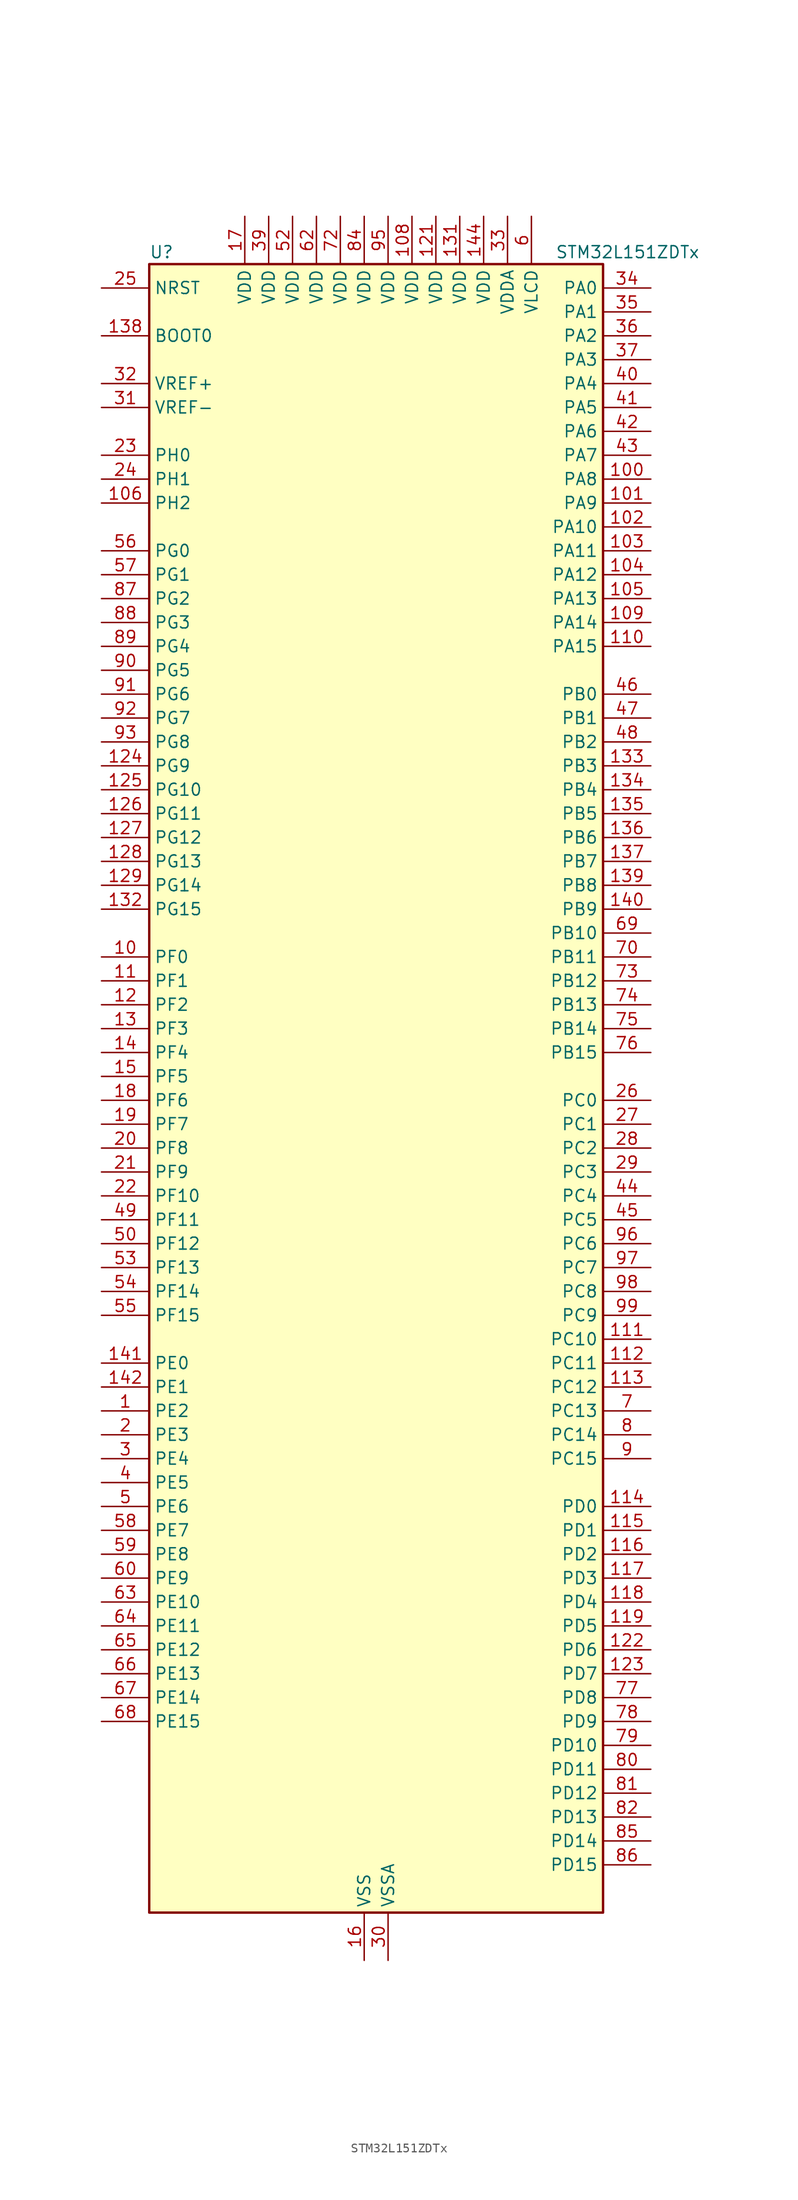
<source format=kicad_sym>
(kicad_symbol_lib
  (version 20220914)
  (generator kicad_symbol_editor)
  (symbol "STM32L151ZDTx"
    (property "Reference" "U"
      (at -22.86 90.17 0)
      (effects (font (size 1.27 1.27)) (justify left)))
    (property "Value" "STM32L151ZDTx"
      (at 20.32 90.17 0)
      (effects (font (size 1.27 1.27)) (justify left)))
    (property "ki_locked" ""
      (at 0 0 0)
      (effects (font (size 1.27 1.27))))
    (symbol "STM32L151ZDTx_0_1"
      (rectangle (start -22.86 -86.36) (end 25.4 88.9) (stroke (width 0.254) (type default)) (fill (type background))))
    (symbol "STM32L151ZDTx_1_1"
      (pin bidirectional line (at -27.94 -33.02 0) (length 5.08) (name "PE2" (effects (font (size 1.27 1.27)))) (number "1" (effects (font (size 1.27 1.27)))) (alternate "FSMC_A23" bidirectional line) (alternate "SYS_TRACECK" bidirectional line) (alternate "TIM3_ETR" bidirectional line) (alternate "TIMX_IC3" bidirectional line))
      (pin bidirectional line (at -27.94 15.24 0) (length 5.08) (name "PF0" (effects (font (size 1.27 1.27)))) (number "10" (effects (font (size 1.27 1.27)))) (alternate "FSMC_A0" bidirectional line))
      (pin bidirectional line (at 30.48 66.04 180) (length 5.08) (name "PA8" (effects (font (size 1.27 1.27)))) (number "100" (effects (font (size 1.27 1.27)))) (alternate "RCC_MCO" bidirectional line) (alternate "TIMX_IC1" bidirectional line) (alternate "TS_G4_IO1" bidirectional line) (alternate "USART1_CK" bidirectional line))
      (pin bidirectional line (at 30.48 63.5 180) (length 5.08) (name "PA9" (effects (font (size 1.27 1.27)))) (number "101" (effects (font (size 1.27 1.27)))) (alternate "DAC_EXTI9" bidirectional line) (alternate "TIMX_IC2" bidirectional line) (alternate "TS_G4_IO2" bidirectional line) (alternate "USART1_TX" bidirectional line))
      (pin bidirectional line (at 30.48 60.96 180) (length 5.08) (name "PA10" (effects (font (size 1.27 1.27)))) (number "102" (effects (font (size 1.27 1.27)))) (alternate "TIMX_IC3" bidirectional line) (alternate "TS_G4_IO3" bidirectional line) (alternate "USART1_RX" bidirectional line))
      (pin bidirectional line (at 30.48 58.42 180) (length 5.08) (name "PA11" (effects (font (size 1.27 1.27)))) (number "103" (effects (font (size 1.27 1.27)))) (alternate "ADC_EXTI11" bidirectional line) (alternate "SPI1_MISO" bidirectional line) (alternate "TIMX_IC4" bidirectional line) (alternate "USART1_CTS" bidirectional line) (alternate "USB_DM" bidirectional line))
      (pin bidirectional line (at 30.48 55.88 180) (length 5.08) (name "PA12" (effects (font (size 1.27 1.27)))) (number "104" (effects (font (size 1.27 1.27)))) (alternate "SPI1_MOSI" bidirectional line) (alternate "TIMX_IC1" bidirectional line) (alternate "USART1_RTS" bidirectional line) (alternate "USB_DP" bidirectional line))
      (pin bidirectional line (at 30.48 53.34 180) (length 5.08) (name "PA13" (effects (font (size 1.27 1.27)))) (number "105" (effects (font (size 1.27 1.27)))) (alternate "SYS_JTMS-SWDIO" bidirectional line) (alternate "TIMX_IC2" bidirectional line) (alternate "TS_G5_IO1" bidirectional line))
      (pin bidirectional line (at -27.94 63.5 0) (length 5.08) (name "PH2" (effects (font (size 1.27 1.27)))) (number "106" (effects (font (size 1.27 1.27)))) (alternate "FSMC_A22" bidirectional line))
      (pin passive line (at 0 -91.44 90) (length 5.08) hide (name "VSS" (effects (font (size 1.27 1.27)))) (number "107" (effects (font (size 1.27 1.27)))))
      (pin power_in line (at 5.08 93.98 270) (length 5.08) (name "VDD" (effects (font (size 1.27 1.27)))) (number "108" (effects (font (size 1.27 1.27)))))
      (pin bidirectional line (at 30.48 50.8 180) (length 5.08) (name "PA14" (effects (font (size 1.27 1.27)))) (number "109" (effects (font (size 1.27 1.27)))) (alternate "SYS_JTCK-SWCLK" bidirectional line) (alternate "TIMX_IC3" bidirectional line) (alternate "TS_G5_IO2" bidirectional line))
      (pin bidirectional line (at -27.94 12.7 0) (length 5.08) (name "PF1" (effects (font (size 1.27 1.27)))) (number "11" (effects (font (size 1.27 1.27)))) (alternate "FSMC_A1" bidirectional line))
      (pin bidirectional line (at 30.48 48.26 180) (length 5.08) (name "PA15" (effects (font (size 1.27 1.27)))) (number "110" (effects (font (size 1.27 1.27)))) (alternate "ADC_EXTI15" bidirectional line) (alternate "I2S3_WS" bidirectional line) (alternate "SPI1_NSS" bidirectional line) (alternate "SPI3_NSS" bidirectional line) (alternate "SYS_JTDI" bidirectional line) (alternate "TIM2_CH1" bidirectional line) (alternate "TIM2_ETR" bidirectional line) (alternate "TIMX_IC4" bidirectional line) (alternate "TS_G5_IO3" bidirectional line))
      (pin bidirectional line (at 30.48 -25.4 180) (length 5.08) (name "PC10" (effects (font (size 1.27 1.27)))) (number "111" (effects (font (size 1.27 1.27)))) (alternate "I2S3_CK" bidirectional line) (alternate "SDIO_D2" bidirectional line) (alternate "SPI3_SCK" bidirectional line) (alternate "TIMX_IC3" bidirectional line) (alternate "UART4_TX" bidirectional line) (alternate "USART3_TX" bidirectional line))
      (pin bidirectional line (at 30.48 -27.94 180) (length 5.08) (name "PC11" (effects (font (size 1.27 1.27)))) (number "112" (effects (font (size 1.27 1.27)))) (alternate "ADC_EXTI11" bidirectional line) (alternate "SDIO_D3" bidirectional line) (alternate "SPI3_MISO" bidirectional line) (alternate "TIMX_IC4" bidirectional line) (alternate "UART4_RX" bidirectional line) (alternate "USART3_RX" bidirectional line))
      (pin bidirectional line (at 30.48 -30.48 180) (length 5.08) (name "PC12" (effects (font (size 1.27 1.27)))) (number "113" (effects (font (size 1.27 1.27)))) (alternate "I2S3_SD" bidirectional line) (alternate "SDIO_CK" bidirectional line) (alternate "SPI3_MOSI" bidirectional line) (alternate "TIMX_IC1" bidirectional line) (alternate "UART5_TX" bidirectional line) (alternate "USART3_CK" bidirectional line))
      (pin bidirectional line (at 30.48 -43.18 180) (length 5.08) (name "PD0" (effects (font (size 1.27 1.27)))) (number "114" (effects (font (size 1.27 1.27)))) (alternate "FSMC_D2" bidirectional line) (alternate "FSMC_DA2" bidirectional line) (alternate "I2S2_WS" bidirectional line) (alternate "SPI2_NSS" bidirectional line) (alternate "TIM9_CH1" bidirectional line) (alternate "TIMX_IC1" bidirectional line))
      (pin bidirectional line (at 30.48 -45.72 180) (length 5.08) (name "PD1" (effects (font (size 1.27 1.27)))) (number "115" (effects (font (size 1.27 1.27)))) (alternate "FSMC_D3" bidirectional line) (alternate "FSMC_DA3" bidirectional line) (alternate "I2S2_CK" bidirectional line) (alternate "SPI2_SCK" bidirectional line) (alternate "TIMX_IC2" bidirectional line))
      (pin bidirectional line (at 30.48 -48.26 180) (length 5.08) (name "PD2" (effects (font (size 1.27 1.27)))) (number "116" (effects (font (size 1.27 1.27)))) (alternate "SDIO_CMD" bidirectional line) (alternate "TIM3_ETR" bidirectional line) (alternate "TIMX_IC3" bidirectional line) (alternate "UART5_RX" bidirectional line))
      (pin bidirectional line (at 30.48 -50.8 180) (length 5.08) (name "PD3" (effects (font (size 1.27 1.27)))) (number "117" (effects (font (size 1.27 1.27)))) (alternate "FSMC_CLK" bidirectional line) (alternate "SPI2_MISO" bidirectional line) (alternate "TIMX_IC4" bidirectional line) (alternate "USART2_CTS" bidirectional line))
      (pin bidirectional line (at 30.48 -53.34 180) (length 5.08) (name "PD4" (effects (font (size 1.27 1.27)))) (number "118" (effects (font (size 1.27 1.27)))) (alternate "FSMC_NOE" bidirectional line) (alternate "I2S2_SD" bidirectional line) (alternate "SPI2_MOSI" bidirectional line) (alternate "TIMX_IC1" bidirectional line) (alternate "USART2_RTS" bidirectional line))
      (pin bidirectional line (at 30.48 -55.88 180) (length 5.08) (name "PD5" (effects (font (size 1.27 1.27)))) (number "119" (effects (font (size 1.27 1.27)))) (alternate "FSMC_NWE" bidirectional line) (alternate "TIMX_IC2" bidirectional line) (alternate "USART2_TX" bidirectional line))
      (pin bidirectional line (at -27.94 10.16 0) (length 5.08) (name "PF2" (effects (font (size 1.27 1.27)))) (number "12" (effects (font (size 1.27 1.27)))) (alternate "FSMC_A2" bidirectional line))
      (pin passive line (at 0 -91.44 90) (length 5.08) hide (name "VSS" (effects (font (size 1.27 1.27)))) (number "120" (effects (font (size 1.27 1.27)))))
      (pin power_in line (at 7.62 93.98 270) (length 5.08) (name "VDD" (effects (font (size 1.27 1.27)))) (number "121" (effects (font (size 1.27 1.27)))))
      (pin bidirectional line (at 30.48 -58.42 180) (length 5.08) (name "PD6" (effects (font (size 1.27 1.27)))) (number "122" (effects (font (size 1.27 1.27)))) (alternate "FSMC_NWAIT" bidirectional line) (alternate "TIMX_IC3" bidirectional line) (alternate "USART2_RX" bidirectional line))
      (pin bidirectional line (at 30.48 -60.96 180) (length 5.08) (name "PD7" (effects (font (size 1.27 1.27)))) (number "123" (effects (font (size 1.27 1.27)))) (alternate "FSMC_NE1" bidirectional line) (alternate "TIM9_CH2" bidirectional line) (alternate "TIMX_IC4" bidirectional line) (alternate "USART2_CK" bidirectional line))
      (pin bidirectional line (at -27.94 35.56 0) (length 5.08) (name "PG9" (effects (font (size 1.27 1.27)))) (number "124" (effects (font (size 1.27 1.27)))) (alternate "DAC_EXTI9" bidirectional line) (alternate "FSMC_NE2" bidirectional line))
      (pin bidirectional line (at -27.94 33.02 0) (length 5.08) (name "PG10" (effects (font (size 1.27 1.27)))) (number "125" (effects (font (size 1.27 1.27)))) (alternate "FSMC_NE3" bidirectional line))
      (pin bidirectional line (at -27.94 30.48 0) (length 5.08) (name "PG11" (effects (font (size 1.27 1.27)))) (number "126" (effects (font (size 1.27 1.27)))) (alternate "ADC_EXTI11" bidirectional line))
      (pin bidirectional line (at -27.94 27.94 0) (length 5.08) (name "PG12" (effects (font (size 1.27 1.27)))) (number "127" (effects (font (size 1.27 1.27)))) (alternate "FSMC_NE4" bidirectional line))
      (pin bidirectional line (at -27.94 25.4 0) (length 5.08) (name "PG13" (effects (font (size 1.27 1.27)))) (number "128" (effects (font (size 1.27 1.27)))) (alternate "FSMC_A24" bidirectional line))
      (pin bidirectional line (at -27.94 22.86 0) (length 5.08) (name "PG14" (effects (font (size 1.27 1.27)))) (number "129" (effects (font (size 1.27 1.27)))) (alternate "FSMC_A25" bidirectional line))
      (pin bidirectional line (at -27.94 7.62 0) (length 5.08) (name "PF3" (effects (font (size 1.27 1.27)))) (number "13" (effects (font (size 1.27 1.27)))) (alternate "FSMC_A3" bidirectional line))
      (pin passive line (at 0 -91.44 90) (length 5.08) hide (name "VSS" (effects (font (size 1.27 1.27)))) (number "130" (effects (font (size 1.27 1.27)))))
      (pin power_in line (at 10.16 93.98 270) (length 5.08) (name "VDD" (effects (font (size 1.27 1.27)))) (number "131" (effects (font (size 1.27 1.27)))))
      (pin bidirectional line (at -27.94 20.32 0) (length 5.08) (name "PG15" (effects (font (size 1.27 1.27)))) (number "132" (effects (font (size 1.27 1.27)))) (alternate "ADC_EXTI15" bidirectional line))
      (pin bidirectional line (at 30.48 35.56 180) (length 5.08) (name "PB3" (effects (font (size 1.27 1.27)))) (number "133" (effects (font (size 1.27 1.27)))) (alternate "COMP2_INM" bidirectional line) (alternate "I2S3_CK" bidirectional line) (alternate "SPI1_SCK" bidirectional line) (alternate "SPI3_SCK" bidirectional line) (alternate "SYS_JTDO-TRACESWO" bidirectional line) (alternate "TIM2_CH2" bidirectional line))
      (pin bidirectional line (at 30.48 33.02 180) (length 5.08) (name "PB4" (effects (font (size 1.27 1.27)))) (number "134" (effects (font (size 1.27 1.27)))) (alternate "COMP2_INP" bidirectional line) (alternate "SPI1_MISO" bidirectional line) (alternate "SPI3_MISO" bidirectional line) (alternate "SYS_JTRST" bidirectional line) (alternate "TIM3_CH1" bidirectional line) (alternate "TS_G6_IO1" bidirectional line))
      (pin bidirectional line (at 30.48 30.48 180) (length 5.08) (name "PB5" (effects (font (size 1.27 1.27)))) (number "135" (effects (font (size 1.27 1.27)))) (alternate "COMP2_INP" bidirectional line) (alternate "I2C1_SMBA" bidirectional line) (alternate "I2S3_SD" bidirectional line) (alternate "SPI1_MOSI" bidirectional line) (alternate "SPI3_MOSI" bidirectional line) (alternate "TIM3_CH2" bidirectional line) (alternate "TS_G6_IO2" bidirectional line))
      (pin bidirectional line (at 30.48 27.94 180) (length 5.08) (name "PB6" (effects (font (size 1.27 1.27)))) (number "136" (effects (font (size 1.27 1.27)))) (alternate "COMP2_INP" bidirectional line) (alternate "I2C1_SCL" bidirectional line) (alternate "TIM4_CH1" bidirectional line) (alternate "TS_G6_IO3" bidirectional line) (alternate "USART1_TX" bidirectional line))
      (pin bidirectional line (at 30.48 25.4 180) (length 5.08) (name "PB7" (effects (font (size 1.27 1.27)))) (number "137" (effects (font (size 1.27 1.27)))) (alternate "COMP2_INP" bidirectional line) (alternate "FSMC_NL" bidirectional line) (alternate "I2C1_SDA" bidirectional line) (alternate "SYS_PVD_IN" bidirectional line) (alternate "TIM4_CH2" bidirectional line) (alternate "TS_G6_IO4" bidirectional line) (alternate "USART1_RX" bidirectional line))
      (pin input line (at -27.94 81.28 0) (length 5.08) (name "BOOT0" (effects (font (size 1.27 1.27)))) (number "138" (effects (font (size 1.27 1.27)))))
      (pin bidirectional line (at 30.48 22.86 180) (length 5.08) (name "PB8" (effects (font (size 1.27 1.27)))) (number "139" (effects (font (size 1.27 1.27)))) (alternate "I2C1_SCL" bidirectional line) (alternate "SDIO_D4" bidirectional line) (alternate "TIM10_CH1" bidirectional line) (alternate "TIM4_CH3" bidirectional line))
      (pin bidirectional line (at -27.94 5.08 0) (length 5.08) (name "PF4" (effects (font (size 1.27 1.27)))) (number "14" (effects (font (size 1.27 1.27)))) (alternate "FSMC_A4" bidirectional line))
      (pin bidirectional line (at 30.48 20.32 180) (length 5.08) (name "PB9" (effects (font (size 1.27 1.27)))) (number "140" (effects (font (size 1.27 1.27)))) (alternate "DAC_EXTI9" bidirectional line) (alternate "I2C1_SDA" bidirectional line) (alternate "SDIO_D5" bidirectional line) (alternate "TIM11_CH1" bidirectional line) (alternate "TIM4_CH4" bidirectional line))
      (pin bidirectional line (at -27.94 -27.94 0) (length 5.08) (name "PE0" (effects (font (size 1.27 1.27)))) (number "141" (effects (font (size 1.27 1.27)))) (alternate "FSMC_NBL0" bidirectional line) (alternate "TIM10_CH1" bidirectional line) (alternate "TIM4_ETR" bidirectional line) (alternate "TIMX_IC1" bidirectional line))
      (pin bidirectional line (at -27.94 -30.48 0) (length 5.08) (name "PE1" (effects (font (size 1.27 1.27)))) (number "142" (effects (font (size 1.27 1.27)))) (alternate "FSMC_NBL1" bidirectional line) (alternate "TIM11_CH1" bidirectional line) (alternate "TIMX_IC2" bidirectional line))
      (pin passive line (at 0 -91.44 90) (length 5.08) hide (name "VSS" (effects (font (size 1.27 1.27)))) (number "143" (effects (font (size 1.27 1.27)))))
      (pin power_in line (at 12.7 93.98 270) (length 5.08) (name "VDD" (effects (font (size 1.27 1.27)))) (number "144" (effects (font (size 1.27 1.27)))))
      (pin bidirectional line (at -27.94 2.54 0) (length 5.08) (name "PF5" (effects (font (size 1.27 1.27)))) (number "15" (effects (font (size 1.27 1.27)))) (alternate "FSMC_A5" bidirectional line))
      (pin power_in line (at 0 -91.44 90) (length 5.08) (name "VSS" (effects (font (size 1.27 1.27)))) (number "16" (effects (font (size 1.27 1.27)))))
      (pin power_in line (at -12.7 93.98 270) (length 5.08) (name "VDD" (effects (font (size 1.27 1.27)))) (number "17" (effects (font (size 1.27 1.27)))))
      (pin bidirectional line (at -27.94 0 0) (length 5.08) (name "PF6" (effects (font (size 1.27 1.27)))) (number "18" (effects (font (size 1.27 1.27)))) (alternate "ADC_IN27" bidirectional line) (alternate "TIM5_CH1" bidirectional line) (alternate "TIM5_ETR" bidirectional line) (alternate "TS_G11_IO1" bidirectional line))
      (pin bidirectional line (at -27.94 -2.54 0) (length 5.08) (name "PF7" (effects (font (size 1.27 1.27)))) (number "19" (effects (font (size 1.27 1.27)))) (alternate "ADC_IN28" bidirectional line) (alternate "COMP1_INP" bidirectional line) (alternate "TIM5_CH2" bidirectional line) (alternate "TS_G11_IO2" bidirectional line))
      (pin bidirectional line (at -27.94 -35.56 0) (length 5.08) (name "PE3" (effects (font (size 1.27 1.27)))) (number "2" (effects (font (size 1.27 1.27)))) (alternate "FSMC_A19" bidirectional line) (alternate "SYS_TRACED0" bidirectional line) (alternate "TIM3_CH1" bidirectional line) (alternate "TIMX_IC4" bidirectional line))
      (pin bidirectional line (at -27.94 -5.08 0) (length 5.08) (name "PF8" (effects (font (size 1.27 1.27)))) (number "20" (effects (font (size 1.27 1.27)))) (alternate "ADC_IN29" bidirectional line) (alternate "COMP1_INP" bidirectional line) (alternate "TIM5_CH3" bidirectional line) (alternate "TS_G11_IO3" bidirectional line))
      (pin bidirectional line (at -27.94 -7.62 0) (length 5.08) (name "PF9" (effects (font (size 1.27 1.27)))) (number "21" (effects (font (size 1.27 1.27)))) (alternate "ADC_IN30" bidirectional line) (alternate "COMP1_INP" bidirectional line) (alternate "DAC_EXTI9" bidirectional line) (alternate "TIM5_CH4" bidirectional line) (alternate "TS_G11_IO4" bidirectional line))
      (pin bidirectional line (at -27.94 -10.16 0) (length 5.08) (name "PF10" (effects (font (size 1.27 1.27)))) (number "22" (effects (font (size 1.27 1.27)))) (alternate "ADC_IN31" bidirectional line) (alternate "COMP1_INP" bidirectional line) (alternate "TS_G11_IO5" bidirectional line))
      (pin bidirectional line (at -27.94 68.58 0) (length 5.08) (name "PH0" (effects (font (size 1.27 1.27)))) (number "23" (effects (font (size 1.27 1.27)))) (alternate "RCC_OSC_IN" bidirectional line))
      (pin bidirectional line (at -27.94 66.04 0) (length 5.08) (name "PH1" (effects (font (size 1.27 1.27)))) (number "24" (effects (font (size 1.27 1.27)))) (alternate "RCC_OSC_OUT" bidirectional line))
      (pin input line (at -27.94 86.36 0) (length 5.08) (name "NRST" (effects (font (size 1.27 1.27)))) (number "25" (effects (font (size 1.27 1.27)))))
      (pin bidirectional line (at 30.48 0 180) (length 5.08) (name "PC0" (effects (font (size 1.27 1.27)))) (number "26" (effects (font (size 1.27 1.27)))) (alternate "ADC_IN10" bidirectional line) (alternate "COMP1_INP" bidirectional line) (alternate "TIMX_IC1" bidirectional line) (alternate "TS_G8_IO1" bidirectional line))
      (pin bidirectional line (at 30.48 -2.54 180) (length 5.08) (name "PC1" (effects (font (size 1.27 1.27)))) (number "27" (effects (font (size 1.27 1.27)))) (alternate "ADC_IN11" bidirectional line) (alternate "COMP1_INP" bidirectional line) (alternate "OPAMP3_VINP" bidirectional line) (alternate "TIMX_IC2" bidirectional line) (alternate "TS_G8_IO2" bidirectional line))
      (pin bidirectional line (at 30.48 -5.08 180) (length 5.08) (name "PC2" (effects (font (size 1.27 1.27)))) (number "28" (effects (font (size 1.27 1.27)))) (alternate "ADC_IN12" bidirectional line) (alternate "COMP1_INP" bidirectional line) (alternate "OPAMP3_VINM" bidirectional line) (alternate "TIMX_IC3" bidirectional line) (alternate "TS_G8_IO3" bidirectional line))
      (pin bidirectional line (at 30.48 -7.62 180) (length 5.08) (name "PC3" (effects (font (size 1.27 1.27)))) (number "29" (effects (font (size 1.27 1.27)))) (alternate "ADC_IN13" bidirectional line) (alternate "COMP1_INP" bidirectional line) (alternate "OPAMP3_VOUT" bidirectional line) (alternate "TIMX_IC4" bidirectional line) (alternate "TS_G8_IO4" bidirectional line))
      (pin bidirectional line (at -27.94 -38.1 0) (length 5.08) (name "PE4" (effects (font (size 1.27 1.27)))) (number "3" (effects (font (size 1.27 1.27)))) (alternate "FSMC_A20" bidirectional line) (alternate "SYS_TRACED1" bidirectional line) (alternate "TIM3_CH2" bidirectional line) (alternate "TIMX_IC1" bidirectional line))
      (pin power_in line (at 2.54 -91.44 90) (length 5.08) (name "VSSA" (effects (font (size 1.27 1.27)))) (number "30" (effects (font (size 1.27 1.27)))))
      (pin input line (at -27.94 73.66 0) (length 5.08) (name "VREF-" (effects (font (size 1.27 1.27)))) (number "31" (effects (font (size 1.27 1.27)))))
      (pin input line (at -27.94 76.2 0) (length 5.08) (name "VREF+" (effects (font (size 1.27 1.27)))) (number "32" (effects (font (size 1.27 1.27)))))
      (pin power_in line (at 15.24 93.98 270) (length 5.08) (name "VDDA" (effects (font (size 1.27 1.27)))) (number "33" (effects (font (size 1.27 1.27)))))
      (pin bidirectional line (at 30.48 86.36 180) (length 5.08) (name "PA0" (effects (font (size 1.27 1.27)))) (number "34" (effects (font (size 1.27 1.27)))) (alternate "ADC_IN0" bidirectional line) (alternate "COMP1_INP" bidirectional line) (alternate "RTC_TAMP2" bidirectional line) (alternate "SYS_WKUP1" bidirectional line) (alternate "TIM2_CH1" bidirectional line) (alternate "TIM2_ETR" bidirectional line) (alternate "TIM5_CH1" bidirectional line) (alternate "TIMX_IC1" bidirectional line) (alternate "TS_G1_IO1" bidirectional line) (alternate "USART2_CTS" bidirectional line))
      (pin bidirectional line (at 30.48 83.82 180) (length 5.08) (name "PA1" (effects (font (size 1.27 1.27)))) (number "35" (effects (font (size 1.27 1.27)))) (alternate "ADC_IN1" bidirectional line) (alternate "COMP1_INP" bidirectional line) (alternate "OPAMP1_VINP" bidirectional line) (alternate "TIM2_CH2" bidirectional line) (alternate "TIM5_CH2" bidirectional line) (alternate "TIMX_IC2" bidirectional line) (alternate "TS_G1_IO2" bidirectional line) (alternate "USART2_RTS" bidirectional line))
      (pin bidirectional line (at 30.48 81.28 180) (length 5.08) (name "PA2" (effects (font (size 1.27 1.27)))) (number "36" (effects (font (size 1.27 1.27)))) (alternate "ADC_IN2" bidirectional line) (alternate "COMP1_INP" bidirectional line) (alternate "OPAMP1_VINM" bidirectional line) (alternate "TIM2_CH3" bidirectional line) (alternate "TIM5_CH3" bidirectional line) (alternate "TIM9_CH1" bidirectional line) (alternate "TIMX_IC3" bidirectional line) (alternate "TS_G1_IO3" bidirectional line) (alternate "USART2_TX" bidirectional line))
      (pin bidirectional line (at 30.48 78.74 180) (length 5.08) (name "PA3" (effects (font (size 1.27 1.27)))) (number "37" (effects (font (size 1.27 1.27)))) (alternate "ADC_IN3" bidirectional line) (alternate "COMP1_INP" bidirectional line) (alternate "OPAMP1_VOUT" bidirectional line) (alternate "TIM2_CH4" bidirectional line) (alternate "TIM5_CH4" bidirectional line) (alternate "TIM9_CH2" bidirectional line) (alternate "TIMX_IC4" bidirectional line) (alternate "TS_G1_IO4" bidirectional line) (alternate "USART2_RX" bidirectional line))
      (pin passive line (at 0 -91.44 90) (length 5.08) hide (name "VSS" (effects (font (size 1.27 1.27)))) (number "38" (effects (font (size 1.27 1.27)))))
      (pin power_in line (at -10.16 93.98 270) (length 5.08) (name "VDD" (effects (font (size 1.27 1.27)))) (number "39" (effects (font (size 1.27 1.27)))))
      (pin bidirectional line (at -27.94 -40.64 0) (length 5.08) (name "PE5" (effects (font (size 1.27 1.27)))) (number "4" (effects (font (size 1.27 1.27)))) (alternate "FSMC_A21" bidirectional line) (alternate "SYS_TRACED2" bidirectional line) (alternate "TIM9_CH1" bidirectional line) (alternate "TIMX_IC2" bidirectional line))
      (pin bidirectional line (at 30.48 76.2 180) (length 5.08) (name "PA4" (effects (font (size 1.27 1.27)))) (number "40" (effects (font (size 1.27 1.27)))) (alternate "ADC_IN4" bidirectional line) (alternate "COMP1_INP" bidirectional line) (alternate "DAC_OUT1" bidirectional line) (alternate "I2S3_WS" bidirectional line) (alternate "SPI1_NSS" bidirectional line) (alternate "SPI3_NSS" bidirectional line) (alternate "TIMX_IC1" bidirectional line) (alternate "USART2_CK" bidirectional line))
      (pin bidirectional line (at 30.48 73.66 180) (length 5.08) (name "PA5" (effects (font (size 1.27 1.27)))) (number "41" (effects (font (size 1.27 1.27)))) (alternate "ADC_IN5" bidirectional line) (alternate "COMP1_INP" bidirectional line) (alternate "DAC_OUT2" bidirectional line) (alternate "SPI1_SCK" bidirectional line) (alternate "TIM2_CH1" bidirectional line) (alternate "TIM2_ETR" bidirectional line) (alternate "TIMX_IC2" bidirectional line))
      (pin bidirectional line (at 30.48 71.12 180) (length 5.08) (name "PA6" (effects (font (size 1.27 1.27)))) (number "42" (effects (font (size 1.27 1.27)))) (alternate "ADC_IN6" bidirectional line) (alternate "COMP1_INP" bidirectional line) (alternate "OPAMP2_VINP" bidirectional line) (alternate "SPI1_MISO" bidirectional line) (alternate "TIM10_CH1" bidirectional line) (alternate "TIM3_CH1" bidirectional line) (alternate "TIMX_IC3" bidirectional line) (alternate "TS_G2_IO1" bidirectional line))
      (pin bidirectional line (at 30.48 68.58 180) (length 5.08) (name "PA7" (effects (font (size 1.27 1.27)))) (number "43" (effects (font (size 1.27 1.27)))) (alternate "ADC_IN7" bidirectional line) (alternate "COMP1_INP" bidirectional line) (alternate "OPAMP2_VINM" bidirectional line) (alternate "SPI1_MOSI" bidirectional line) (alternate "TIM11_CH1" bidirectional line) (alternate "TIM3_CH2" bidirectional line) (alternate "TIMX_IC4" bidirectional line) (alternate "TS_G2_IO2" bidirectional line))
      (pin bidirectional line (at 30.48 -10.16 180) (length 5.08) (name "PC4" (effects (font (size 1.27 1.27)))) (number "44" (effects (font (size 1.27 1.27)))) (alternate "ADC_IN14" bidirectional line) (alternate "COMP1_INP" bidirectional line) (alternate "TIMX_IC1" bidirectional line) (alternate "TS_G9_IO1" bidirectional line))
      (pin bidirectional line (at 30.48 -12.7 180) (length 5.08) (name "PC5" (effects (font (size 1.27 1.27)))) (number "45" (effects (font (size 1.27 1.27)))) (alternate "ADC_IN15" bidirectional line) (alternate "COMP1_INP" bidirectional line) (alternate "TIMX_IC2" bidirectional line) (alternate "TS_G9_IO2" bidirectional line))
      (pin bidirectional line (at 30.48 43.18 180) (length 5.08) (name "PB0" (effects (font (size 1.27 1.27)))) (number "46" (effects (font (size 1.27 1.27)))) (alternate "ADC_IN8" bidirectional line) (alternate "COMP1_INP" bidirectional line) (alternate "OPAMP2_VOUT" bidirectional line) (alternate "SYS_V_REF_OUT" bidirectional line) (alternate "TIM3_CH3" bidirectional line) (alternate "TS_G3_IO1" bidirectional line))
      (pin bidirectional line (at 30.48 40.64 180) (length 5.08) (name "PB1" (effects (font (size 1.27 1.27)))) (number "47" (effects (font (size 1.27 1.27)))) (alternate "ADC_IN9" bidirectional line) (alternate "COMP1_INP" bidirectional line) (alternate "SYS_V_REF_OUT" bidirectional line) (alternate "TIM3_CH4" bidirectional line) (alternate "TS_G3_IO2" bidirectional line))
      (pin bidirectional line (at 30.48 38.1 180) (length 5.08) (name "PB2" (effects (font (size 1.27 1.27)))) (number "48" (effects (font (size 1.27 1.27)))) (alternate "ADC_IN0b" bidirectional line) (alternate "TS_G3_IO3" bidirectional line))
      (pin bidirectional line (at -27.94 -12.7 0) (length 5.08) (name "PF11" (effects (font (size 1.27 1.27)))) (number "49" (effects (font (size 1.27 1.27)))) (alternate "ADC_EXTI11" bidirectional line) (alternate "ADC_IN1b" bidirectional line) (alternate "TS_G3_IO4" bidirectional line))
      (pin bidirectional line (at -27.94 -43.18 0) (length 5.08) (name "PE6" (effects (font (size 1.27 1.27)))) (number "5" (effects (font (size 1.27 1.27)))) (alternate "RTC_TAMP3" bidirectional line) (alternate "SYS_TRACED3" bidirectional line) (alternate "SYS_WKUP3" bidirectional line) (alternate "TIM9_CH2" bidirectional line) (alternate "TIMX_IC3" bidirectional line))
      (pin bidirectional line (at -27.94 -15.24 0) (length 5.08) (name "PF12" (effects (font (size 1.27 1.27)))) (number "50" (effects (font (size 1.27 1.27)))) (alternate "ADC_IN2b" bidirectional line) (alternate "FSMC_A6" bidirectional line) (alternate "TS_G3_IO5" bidirectional line))
      (pin passive line (at 0 -91.44 90) (length 5.08) hide (name "VSS" (effects (font (size 1.27 1.27)))) (number "51" (effects (font (size 1.27 1.27)))))
      (pin power_in line (at -7.62 93.98 270) (length 5.08) (name "VDD" (effects (font (size 1.27 1.27)))) (number "52" (effects (font (size 1.27 1.27)))))
      (pin bidirectional line (at -27.94 -17.78 0) (length 5.08) (name "PF13" (effects (font (size 1.27 1.27)))) (number "53" (effects (font (size 1.27 1.27)))) (alternate "ADC_IN3b" bidirectional line) (alternate "FSMC_A7" bidirectional line) (alternate "TS_G9_IO3" bidirectional line))
      (pin bidirectional line (at -27.94 -20.32 0) (length 5.08) (name "PF14" (effects (font (size 1.27 1.27)))) (number "54" (effects (font (size 1.27 1.27)))) (alternate "ADC_IN6b" bidirectional line) (alternate "FSMC_A8" bidirectional line) (alternate "TS_G9_IO4" bidirectional line))
      (pin bidirectional line (at -27.94 -22.86 0) (length 5.08) (name "PF15" (effects (font (size 1.27 1.27)))) (number "55" (effects (font (size 1.27 1.27)))) (alternate "ADC_EXTI15" bidirectional line) (alternate "ADC_IN7b" bidirectional line) (alternate "FSMC_A9" bidirectional line) (alternate "TS_G2_IO3" bidirectional line))
      (pin bidirectional line (at -27.94 58.42 0) (length 5.08) (name "PG0" (effects (font (size 1.27 1.27)))) (number "56" (effects (font (size 1.27 1.27)))) (alternate "ADC_IN8b" bidirectional line) (alternate "FSMC_A10" bidirectional line) (alternate "TS_G2_IO4" bidirectional line))
      (pin bidirectional line (at -27.94 55.88 0) (length 5.08) (name "PG1" (effects (font (size 1.27 1.27)))) (number "57" (effects (font (size 1.27 1.27)))) (alternate "ADC_IN9b" bidirectional line) (alternate "FSMC_A11" bidirectional line) (alternate "TS_G2_IO5" bidirectional line))
      (pin bidirectional line (at -27.94 -45.72 0) (length 5.08) (name "PE7" (effects (font (size 1.27 1.27)))) (number "58" (effects (font (size 1.27 1.27)))) (alternate "ADC_IN22" bidirectional line) (alternate "COMP1_INP" bidirectional line) (alternate "FSMC_D4" bidirectional line) (alternate "FSMC_DA4" bidirectional line) (alternate "TIMX_IC4" bidirectional line))
      (pin bidirectional line (at -27.94 -48.26 0) (length 5.08) (name "PE8" (effects (font (size 1.27 1.27)))) (number "59" (effects (font (size 1.27 1.27)))) (alternate "ADC_IN23" bidirectional line) (alternate "COMP1_INP" bidirectional line) (alternate "FSMC_D5" bidirectional line) (alternate "FSMC_DA5" bidirectional line) (alternate "TIMX_IC1" bidirectional line))
      (pin power_in line (at 17.78 93.98 270) (length 5.08) (name "VLCD" (effects (font (size 1.27 1.27)))) (number "6" (effects (font (size 1.27 1.27)))))
      (pin bidirectional line (at -27.94 -50.8 0) (length 5.08) (name "PE9" (effects (font (size 1.27 1.27)))) (number "60" (effects (font (size 1.27 1.27)))) (alternate "ADC_IN24" bidirectional line) (alternate "COMP1_INP" bidirectional line) (alternate "DAC_EXTI9" bidirectional line) (alternate "FSMC_D6" bidirectional line) (alternate "FSMC_DA6" bidirectional line) (alternate "TIM2_CH1" bidirectional line) (alternate "TIM2_ETR" bidirectional line) (alternate "TIMX_IC2" bidirectional line))
      (pin passive line (at 0 -91.44 90) (length 5.08) hide (name "VSS" (effects (font (size 1.27 1.27)))) (number "61" (effects (font (size 1.27 1.27)))))
      (pin power_in line (at -5.08 93.98 270) (length 5.08) (name "VDD" (effects (font (size 1.27 1.27)))) (number "62" (effects (font (size 1.27 1.27)))))
      (pin bidirectional line (at -27.94 -53.34 0) (length 5.08) (name "PE10" (effects (font (size 1.27 1.27)))) (number "63" (effects (font (size 1.27 1.27)))) (alternate "ADC_IN25" bidirectional line) (alternate "COMP1_INP" bidirectional line) (alternate "FSMC_D7" bidirectional line) (alternate "FSMC_DA7" bidirectional line) (alternate "TIM2_CH2" bidirectional line) (alternate "TIMX_IC3" bidirectional line))
      (pin bidirectional line (at -27.94 -55.88 0) (length 5.08) (name "PE11" (effects (font (size 1.27 1.27)))) (number "64" (effects (font (size 1.27 1.27)))) (alternate "ADC_EXTI11" bidirectional line) (alternate "FSMC_D8" bidirectional line) (alternate "FSMC_DA8" bidirectional line) (alternate "TIM2_CH3" bidirectional line) (alternate "TIMX_IC4" bidirectional line))
      (pin bidirectional line (at -27.94 -58.42 0) (length 5.08) (name "PE12" (effects (font (size 1.27 1.27)))) (number "65" (effects (font (size 1.27 1.27)))) (alternate "FSMC_D9" bidirectional line) (alternate "FSMC_DA9" bidirectional line) (alternate "SPI1_NSS" bidirectional line) (alternate "TIM2_CH4" bidirectional line) (alternate "TIMX_IC1" bidirectional line))
      (pin bidirectional line (at -27.94 -60.96 0) (length 5.08) (name "PE13" (effects (font (size 1.27 1.27)))) (number "66" (effects (font (size 1.27 1.27)))) (alternate "FSMC_D10" bidirectional line) (alternate "FSMC_DA10" bidirectional line) (alternate "SPI1_SCK" bidirectional line) (alternate "TIMX_IC2" bidirectional line))
      (pin bidirectional line (at -27.94 -63.5 0) (length 5.08) (name "PE14" (effects (font (size 1.27 1.27)))) (number "67" (effects (font (size 1.27 1.27)))) (alternate "FSMC_D11" bidirectional line) (alternate "FSMC_DA11" bidirectional line) (alternate "SPI1_MISO" bidirectional line) (alternate "TIMX_IC3" bidirectional line))
      (pin bidirectional line (at -27.94 -66.04 0) (length 5.08) (name "PE15" (effects (font (size 1.27 1.27)))) (number "68" (effects (font (size 1.27 1.27)))) (alternate "ADC_EXTI15" bidirectional line) (alternate "FSMC_D12" bidirectional line) (alternate "FSMC_DA12" bidirectional line) (alternate "SPI1_MOSI" bidirectional line) (alternate "TIMX_IC4" bidirectional line))
      (pin bidirectional line (at 30.48 17.78 180) (length 5.08) (name "PB10" (effects (font (size 1.27 1.27)))) (number "69" (effects (font (size 1.27 1.27)))) (alternate "I2C2_SCL" bidirectional line) (alternate "TIM2_CH3" bidirectional line) (alternate "USART3_TX" bidirectional line))
      (pin bidirectional line (at 30.48 -33.02 180) (length 5.08) (name "PC13" (effects (font (size 1.27 1.27)))) (number "7" (effects (font (size 1.27 1.27)))) (alternate "RTC_OUT_ALARM" bidirectional line) (alternate "RTC_OUT_CALIB" bidirectional line) (alternate "RTC_TAMP1" bidirectional line) (alternate "RTC_TS" bidirectional line) (alternate "SYS_WKUP2" bidirectional line) (alternate "TIMX_IC2" bidirectional line))
      (pin bidirectional line (at 30.48 15.24 180) (length 5.08) (name "PB11" (effects (font (size 1.27 1.27)))) (number "70" (effects (font (size 1.27 1.27)))) (alternate "ADC_EXTI11" bidirectional line) (alternate "I2C2_SDA" bidirectional line) (alternate "TIM2_CH4" bidirectional line) (alternate "USART3_RX" bidirectional line))
      (pin passive line (at 0 -91.44 90) (length 5.08) hide (name "VSS" (effects (font (size 1.27 1.27)))) (number "71" (effects (font (size 1.27 1.27)))))
      (pin power_in line (at -2.54 93.98 270) (length 5.08) (name "VDD" (effects (font (size 1.27 1.27)))) (number "72" (effects (font (size 1.27 1.27)))))
      (pin bidirectional line (at 30.48 12.7 180) (length 5.08) (name "PB12" (effects (font (size 1.27 1.27)))) (number "73" (effects (font (size 1.27 1.27)))) (alternate "ADC_IN18" bidirectional line) (alternate "COMP1_INP" bidirectional line) (alternate "I2C2_SMBA" bidirectional line) (alternate "I2S2_WS" bidirectional line) (alternate "SPI2_NSS" bidirectional line) (alternate "TIM10_CH1" bidirectional line) (alternate "TS_G7_IO1" bidirectional line) (alternate "USART3_CK" bidirectional line))
      (pin bidirectional line (at 30.48 10.16 180) (length 5.08) (name "PB13" (effects (font (size 1.27 1.27)))) (number "74" (effects (font (size 1.27 1.27)))) (alternate "ADC_IN19" bidirectional line) (alternate "COMP1_INP" bidirectional line) (alternate "I2S2_CK" bidirectional line) (alternate "SPI2_SCK" bidirectional line) (alternate "TIM9_CH1" bidirectional line) (alternate "TS_G7_IO2" bidirectional line) (alternate "USART3_CTS" bidirectional line))
      (pin bidirectional line (at 30.48 7.62 180) (length 5.08) (name "PB14" (effects (font (size 1.27 1.27)))) (number "75" (effects (font (size 1.27 1.27)))) (alternate "ADC_IN20" bidirectional line) (alternate "COMP1_INP" bidirectional line) (alternate "SPI2_MISO" bidirectional line) (alternate "TIM9_CH2" bidirectional line) (alternate "TS_G7_IO3" bidirectional line) (alternate "USART3_RTS" bidirectional line))
      (pin bidirectional line (at 30.48 5.08 180) (length 5.08) (name "PB15" (effects (font (size 1.27 1.27)))) (number "76" (effects (font (size 1.27 1.27)))) (alternate "ADC_EXTI15" bidirectional line) (alternate "ADC_IN21" bidirectional line) (alternate "COMP1_INP" bidirectional line) (alternate "I2S2_SD" bidirectional line) (alternate "RTC_REFIN" bidirectional line) (alternate "SPI2_MOSI" bidirectional line) (alternate "TIM11_CH1" bidirectional line) (alternate "TS_G7_IO4" bidirectional line))
      (pin bidirectional line (at 30.48 -63.5 180) (length 5.08) (name "PD8" (effects (font (size 1.27 1.27)))) (number "77" (effects (font (size 1.27 1.27)))) (alternate "FSMC_D13" bidirectional line) (alternate "FSMC_DA13" bidirectional line) (alternate "TIMX_IC1" bidirectional line) (alternate "USART3_TX" bidirectional line))
      (pin bidirectional line (at 30.48 -66.04 180) (length 5.08) (name "PD9" (effects (font (size 1.27 1.27)))) (number "78" (effects (font (size 1.27 1.27)))) (alternate "DAC_EXTI9" bidirectional line) (alternate "FSMC_D14" bidirectional line) (alternate "FSMC_DA14" bidirectional line) (alternate "TIMX_IC2" bidirectional line) (alternate "USART3_RX" bidirectional line))
      (pin bidirectional line (at 30.48 -68.58 180) (length 5.08) (name "PD10" (effects (font (size 1.27 1.27)))) (number "79" (effects (font (size 1.27 1.27)))) (alternate "FSMC_D15" bidirectional line) (alternate "FSMC_DA15" bidirectional line) (alternate "TIMX_IC3" bidirectional line) (alternate "USART3_CK" bidirectional line))
      (pin bidirectional line (at 30.48 -35.56 180) (length 5.08) (name "PC14" (effects (font (size 1.27 1.27)))) (number "8" (effects (font (size 1.27 1.27)))) (alternate "RCC_OSC32_IN" bidirectional line) (alternate "TIMX_IC3" bidirectional line))
      (pin bidirectional line (at 30.48 -71.12 180) (length 5.08) (name "PD11" (effects (font (size 1.27 1.27)))) (number "80" (effects (font (size 1.27 1.27)))) (alternate "ADC_EXTI11" bidirectional line) (alternate "FSMC_A16" bidirectional line) (alternate "TIMX_IC4" bidirectional line) (alternate "USART3_CTS" bidirectional line))
      (pin bidirectional line (at 30.48 -73.66 180) (length 5.08) (name "PD12" (effects (font (size 1.27 1.27)))) (number "81" (effects (font (size 1.27 1.27)))) (alternate "FSMC_A17" bidirectional line) (alternate "TIM4_CH1" bidirectional line) (alternate "TIMX_IC1" bidirectional line) (alternate "USART3_RTS" bidirectional line))
      (pin bidirectional line (at 30.48 -76.2 180) (length 5.08) (name "PD13" (effects (font (size 1.27 1.27)))) (number "82" (effects (font (size 1.27 1.27)))) (alternate "FSMC_A18" bidirectional line) (alternate "TIM4_CH2" bidirectional line) (alternate "TIMX_IC2" bidirectional line))
      (pin passive line (at 0 -91.44 90) (length 5.08) hide (name "VSS" (effects (font (size 1.27 1.27)))) (number "83" (effects (font (size 1.27 1.27)))))
      (pin power_in line (at 0 93.98 270) (length 5.08) (name "VDD" (effects (font (size 1.27 1.27)))) (number "84" (effects (font (size 1.27 1.27)))))
      (pin bidirectional line (at 30.48 -78.74 180) (length 5.08) (name "PD14" (effects (font (size 1.27 1.27)))) (number "85" (effects (font (size 1.27 1.27)))) (alternate "FSMC_D0" bidirectional line) (alternate "FSMC_DA0" bidirectional line) (alternate "TIM4_CH3" bidirectional line) (alternate "TIMX_IC3" bidirectional line))
      (pin bidirectional line (at 30.48 -81.28 180) (length 5.08) (name "PD15" (effects (font (size 1.27 1.27)))) (number "86" (effects (font (size 1.27 1.27)))) (alternate "ADC_EXTI15" bidirectional line) (alternate "FSMC_D1" bidirectional line) (alternate "FSMC_DA1" bidirectional line) (alternate "TIM4_CH4" bidirectional line) (alternate "TIMX_IC4" bidirectional line))
      (pin bidirectional line (at -27.94 53.34 0) (length 5.08) (name "PG2" (effects (font (size 1.27 1.27)))) (number "87" (effects (font (size 1.27 1.27)))) (alternate "ADC_IN10b" bidirectional line) (alternate "FSMC_A12" bidirectional line) (alternate "TS_G7_IO5" bidirectional line))
      (pin bidirectional line (at -27.94 50.8 0) (length 5.08) (name "PG3" (effects (font (size 1.27 1.27)))) (number "88" (effects (font (size 1.27 1.27)))) (alternate "ADC_IN11b" bidirectional line) (alternate "FSMC_A13" bidirectional line) (alternate "TS_G7_IO6" bidirectional line))
      (pin bidirectional line (at -27.94 48.26 0) (length 5.08) (name "PG4" (effects (font (size 1.27 1.27)))) (number "89" (effects (font (size 1.27 1.27)))) (alternate "ADC_IN12b" bidirectional line) (alternate "FSMC_A14" bidirectional line) (alternate "TS_G7_IO7" bidirectional line))
      (pin bidirectional line (at 30.48 -38.1 180) (length 5.08) (name "PC15" (effects (font (size 1.27 1.27)))) (number "9" (effects (font (size 1.27 1.27)))) (alternate "ADC_EXTI15" bidirectional line) (alternate "RCC_OSC32_OUT" bidirectional line) (alternate "TIMX_IC4" bidirectional line))
      (pin bidirectional line (at -27.94 45.72 0) (length 5.08) (name "PG5" (effects (font (size 1.27 1.27)))) (number "90" (effects (font (size 1.27 1.27)))) (alternate "FSMC_A15" bidirectional line))
      (pin bidirectional line (at -27.94 43.18 0) (length 5.08) (name "PG6" (effects (font (size 1.27 1.27)))) (number "91" (effects (font (size 1.27 1.27)))))
      (pin bidirectional line (at -27.94 40.64 0) (length 5.08) (name "PG7" (effects (font (size 1.27 1.27)))) (number "92" (effects (font (size 1.27 1.27)))))
      (pin bidirectional line (at -27.94 38.1 0) (length 5.08) (name "PG8" (effects (font (size 1.27 1.27)))) (number "93" (effects (font (size 1.27 1.27)))))
      (pin passive line (at 0 -91.44 90) (length 5.08) hide (name "VSS" (effects (font (size 1.27 1.27)))) (number "94" (effects (font (size 1.27 1.27)))))
      (pin power_in line (at 2.54 93.98 270) (length 5.08) (name "VDD" (effects (font (size 1.27 1.27)))) (number "95" (effects (font (size 1.27 1.27)))))
      (pin bidirectional line (at 30.48 -15.24 180) (length 5.08) (name "PC6" (effects (font (size 1.27 1.27)))) (number "96" (effects (font (size 1.27 1.27)))) (alternate "I2S2_MCK" bidirectional line) (alternate "SDIO_D6" bidirectional line) (alternate "TIM3_CH1" bidirectional line) (alternate "TIMX_IC3" bidirectional line) (alternate "TS_G10_IO1" bidirectional line))
      (pin bidirectional line (at 30.48 -17.78 180) (length 5.08) (name "PC7" (effects (font (size 1.27 1.27)))) (number "97" (effects (font (size 1.27 1.27)))) (alternate "I2S3_MCK" bidirectional line) (alternate "SDIO_D7" bidirectional line) (alternate "TIM3_CH2" bidirectional line) (alternate "TIMX_IC4" bidirectional line) (alternate "TS_G10_IO2" bidirectional line))
      (pin bidirectional line (at 30.48 -20.32 180) (length 5.08) (name "PC8" (effects (font (size 1.27 1.27)))) (number "98" (effects (font (size 1.27 1.27)))) (alternate "SDIO_D0" bidirectional line) (alternate "TIM3_CH3" bidirectional line) (alternate "TIMX_IC1" bidirectional line) (alternate "TS_G10_IO3" bidirectional line))
      (pin bidirectional line (at 30.48 -22.86 180) (length 5.08) (name "PC9" (effects (font (size 1.27 1.27)))) (number "99" (effects (font (size 1.27 1.27)))) (alternate "DAC_EXTI9" bidirectional line) (alternate "SDIO_D1" bidirectional line) (alternate "TIM3_CH4" bidirectional line) (alternate "TIMX_IC2" bidirectional line) (alternate "TS_G10_IO4" bidirectional line)))))
</source>
